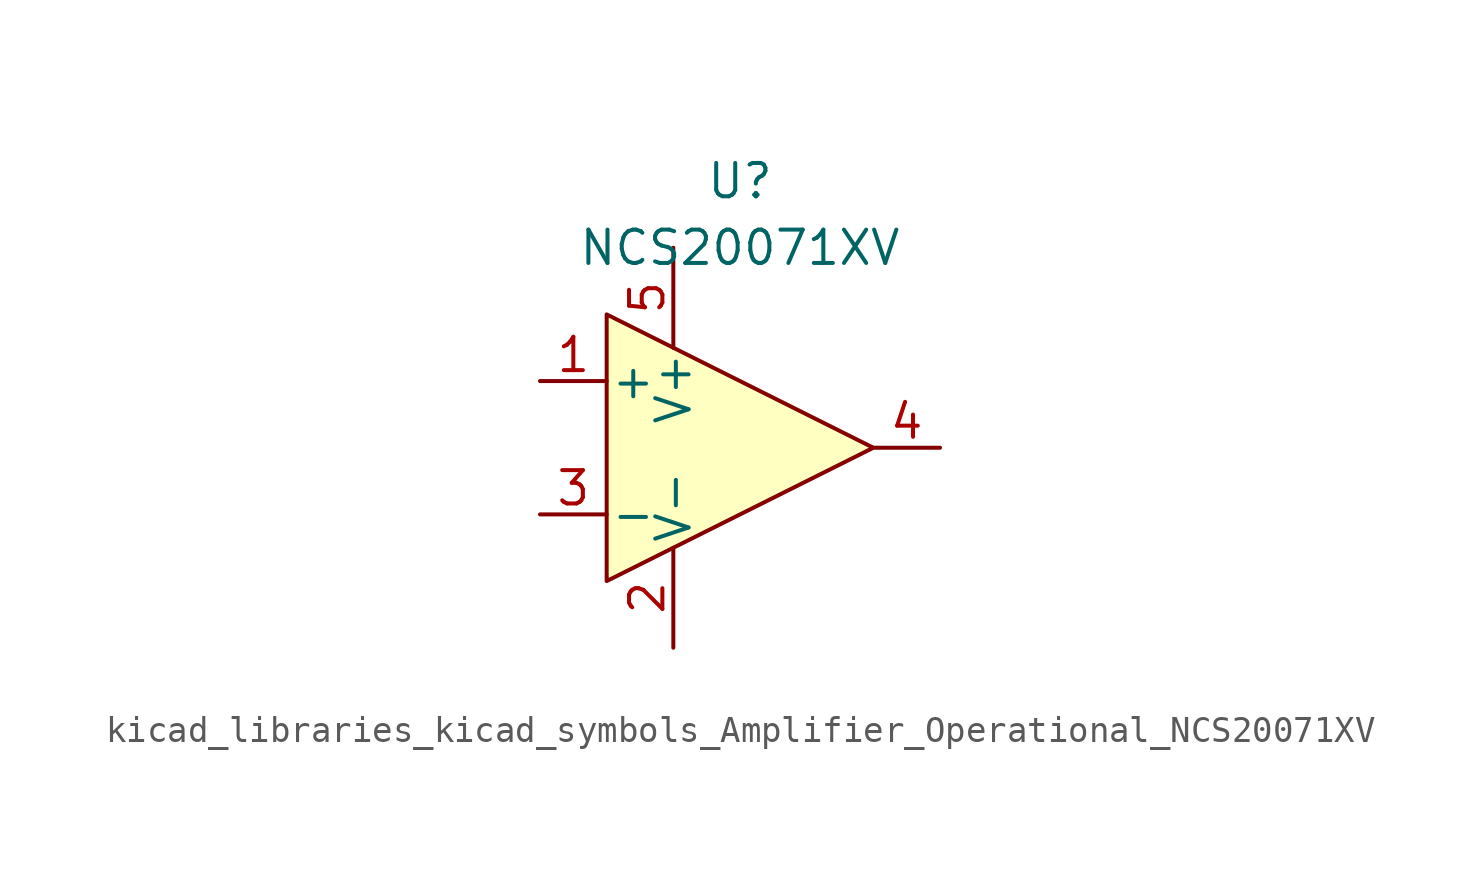
<source format=kicad_sym>
(kicad_symbol_lib
  (version 20220914)
  (generator kicad_symbol_editor)
  (symbol "kicad_libraries_kicad_symbols_Amplifier_Operational_NCS20071XV"
    (pin_names
      (offset 0.127))
    (property "Reference" "U"
      (at 0 10.16 0)
      (effects (font (size 1.27 1.27))))
    (property "Value" "NCS20071XV"
      (at 0 7.62 0)
      (effects (font (size 1.27 1.27))))
    (symbol "kicad_libraries_kicad_symbols_Amplifier_Operational_NCS20071XV_1_1"
      (polyline (pts (xy 5.08 0) (xy -5.08 5.08) (xy -5.08 -5.08) (xy 5.08 0)) (stroke (width 0) (type default)) (fill (type background)))
      (pin input line (at -7.62 2.54 0) (length 2.54) (name "+" (effects (font (size 1.27 1.27)))) (number "1" (effects (font (size 1.27 1.27)))))
      (pin power_in line (at -2.54 -7.62 90) (length 3.81) (name "V-" (effects (font (size 1.27 1.27)))) (number "2" (effects (font (size 1.27 1.27)))))
      (pin input line (at -7.62 -2.54 0) (length 2.54) (name "-" (effects (font (size 1.27 1.27)))) (number "3" (effects (font (size 1.27 1.27)))))
      (pin output line (at 7.62 0 180) (length 2.54) (name "~" (effects (font (size 1.27 1.27)))) (number "4" (effects (font (size 1.27 1.27)))))
      (pin power_in line (at -2.54 7.62 270) (length 3.81) (name "V+" (effects (font (size 1.27 1.27)))) (number "5" (effects (font (size 1.27 1.27))))))))
</source>
